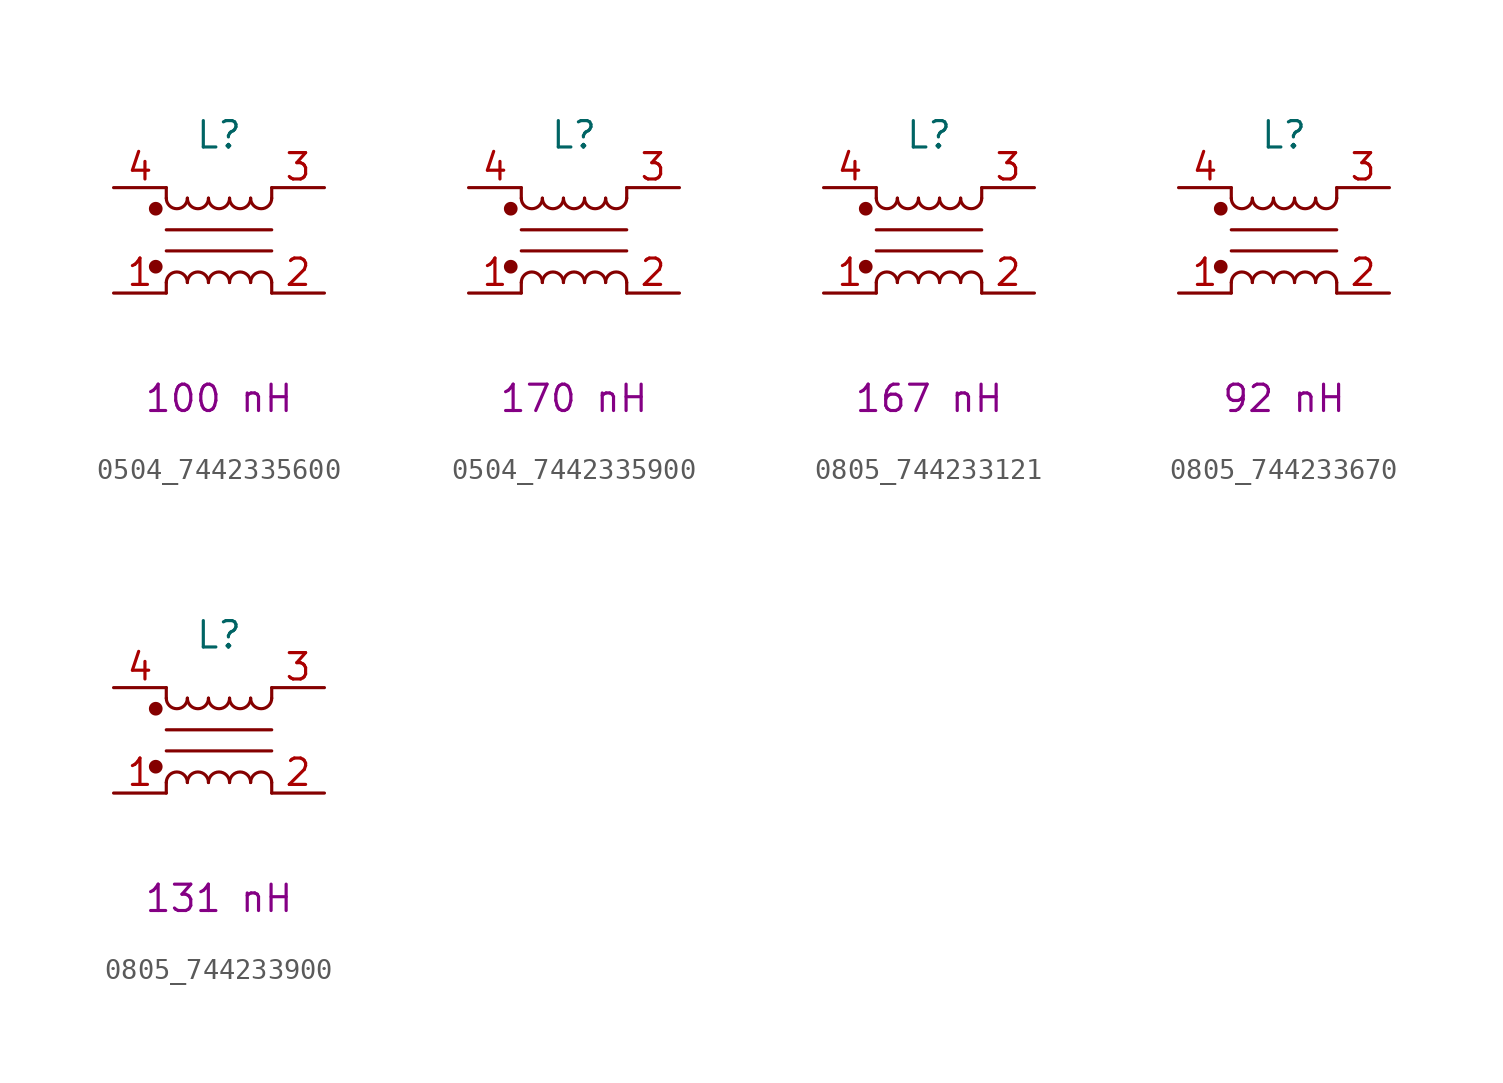
<source format=kicad_sym>
(kicad_symbol_lib
  (version 20220914)
  (generator kicad_symbol_editor)
  (symbol "0504_7442335600"
    (pin_names hide)
    (property "Reference" "L"
      (at 0 5.08 0)
      (effects (font (size 1.27 1.27))))
    (property "Critical Parameter" "100 nH"
      (at 0 -7.62 0)
      (effects (font (size 1.27 1.27))))
    (symbol "0504_7442335600_0_1"
      (circle (center -3.048 -1.27) (radius 0.254) (stroke (width 0) (type default)) (fill (type outline)))
      (circle (center -3.048 1.524) (radius 0.254) (stroke (width 0) (type default)) (fill (type outline)))
      (arc (start -2.54 2.032) (mid -2.032 1.5262) (end -1.524 2.032) (stroke (width 0) (type default)) (fill (type none)))
      (arc (start -1.524 -2.032) (mid -2.032 -1.5262) (end -2.54 -2.032) (stroke (width 0) (type default)) (fill (type none)))
      (arc (start -1.524 2.032) (mid -1.016 1.5262) (end -0.508 2.032) (stroke (width 0) (type default)) (fill (type none)))
      (arc (start -0.508 -2.032) (mid -1.016 -1.5262) (end -1.524 -2.032) (stroke (width 0) (type default)) (fill (type none)))
      (arc (start -0.508 2.032) (mid 0 1.5262) (end 0.508 2.032) (stroke (width 0) (type default)) (fill (type none)))
      (polyline (pts (xy -2.54 -2.032) (xy -2.54 -2.54)) (stroke (width 0) (type default)) (fill (type none)))
      (polyline (pts (xy -2.54 0.508) (xy 2.54 0.508)) (stroke (width 0) (type default)) (fill (type none)))
      (polyline (pts (xy -2.54 2.032) (xy -2.54 2.54)) (stroke (width 0) (type default)) (fill (type none)))
      (polyline (pts (xy 2.54 -2.032) (xy 2.54 -2.54)) (stroke (width 0) (type default)) (fill (type none)))
      (polyline (pts (xy 2.54 -0.508) (xy -2.54 -0.508)) (stroke (width 0) (type default)) (fill (type none)))
      (polyline (pts (xy 2.54 2.54) (xy 2.54 2.032)) (stroke (width 0) (type default)) (fill (type none)))
      (arc (start 0.508 -2.032) (mid 0 -1.5262) (end -0.508 -2.032) (stroke (width 0) (type default)) (fill (type none)))
      (arc (start 0.508 2.032) (mid 1.016 1.5262) (end 1.524 2.032) (stroke (width 0) (type default)) (fill (type none)))
      (arc (start 1.524 -2.032) (mid 1.016 -1.5262) (end 0.508 -2.032) (stroke (width 0) (type default)) (fill (type none)))
      (arc (start 1.524 2.032) (mid 2.032 1.5262) (end 2.54 2.032) (stroke (width 0) (type default)) (fill (type none)))
      (arc (start 2.54 -2.032) (mid 2.032 -1.5262) (end 1.524 -2.032) (stroke (width 0) (type default)) (fill (type none))))
    (symbol "0504_7442335600_1_1"
      (pin passive line (at -5.08 -2.54 0) (length 2.54) (name "1" (effects (font (size 1.27 1.27)))) (number "1" (effects (font (size 1.27 1.27)))))
      (pin passive line (at 5.08 -2.54 180) (length 2.54) (name "2" (effects (font (size 1.27 1.27)))) (number "2" (effects (font (size 1.27 1.27)))))
      (pin passive line (at 5.08 2.54 180) (length 2.54) (name "3" (effects (font (size 1.27 1.27)))) (number "3" (effects (font (size 1.27 1.27)))))
      (pin passive line (at -5.08 2.54 0) (length 2.54) (name "4" (effects (font (size 1.27 1.27)))) (number "4" (effects (font (size 1.27 1.27)))))))
  (symbol "0504_7442335900"
    (pin_names hide)
    (property "Reference" "L"
      (at 0 5.08 0)
      (effects (font (size 1.27 1.27))))
    (property "Critical Parameter" "170 nH"
      (at 0 -7.62 0)
      (effects (font (size 1.27 1.27))))
    (symbol "0504_7442335900_0_1"
      (circle (center -3.048 -1.27) (radius 0.254) (stroke (width 0) (type default)) (fill (type outline)))
      (circle (center -3.048 1.524) (radius 0.254) (stroke (width 0) (type default)) (fill (type outline)))
      (arc (start -2.54 2.032) (mid -2.032 1.5262) (end -1.524 2.032) (stroke (width 0) (type default)) (fill (type none)))
      (arc (start -1.524 -2.032) (mid -2.032 -1.5262) (end -2.54 -2.032) (stroke (width 0) (type default)) (fill (type none)))
      (arc (start -1.524 2.032) (mid -1.016 1.5262) (end -0.508 2.032) (stroke (width 0) (type default)) (fill (type none)))
      (arc (start -0.508 -2.032) (mid -1.016 -1.5262) (end -1.524 -2.032) (stroke (width 0) (type default)) (fill (type none)))
      (arc (start -0.508 2.032) (mid 0 1.5262) (end 0.508 2.032) (stroke (width 0) (type default)) (fill (type none)))
      (polyline (pts (xy -2.54 -2.032) (xy -2.54 -2.54)) (stroke (width 0) (type default)) (fill (type none)))
      (polyline (pts (xy -2.54 0.508) (xy 2.54 0.508)) (stroke (width 0) (type default)) (fill (type none)))
      (polyline (pts (xy -2.54 2.032) (xy -2.54 2.54)) (stroke (width 0) (type default)) (fill (type none)))
      (polyline (pts (xy 2.54 -2.032) (xy 2.54 -2.54)) (stroke (width 0) (type default)) (fill (type none)))
      (polyline (pts (xy 2.54 -0.508) (xy -2.54 -0.508)) (stroke (width 0) (type default)) (fill (type none)))
      (polyline (pts (xy 2.54 2.54) (xy 2.54 2.032)) (stroke (width 0) (type default)) (fill (type none)))
      (arc (start 0.508 -2.032) (mid 0 -1.5262) (end -0.508 -2.032) (stroke (width 0) (type default)) (fill (type none)))
      (arc (start 0.508 2.032) (mid 1.016 1.5262) (end 1.524 2.032) (stroke (width 0) (type default)) (fill (type none)))
      (arc (start 1.524 -2.032) (mid 1.016 -1.5262) (end 0.508 -2.032) (stroke (width 0) (type default)) (fill (type none)))
      (arc (start 1.524 2.032) (mid 2.032 1.5262) (end 2.54 2.032) (stroke (width 0) (type default)) (fill (type none)))
      (arc (start 2.54 -2.032) (mid 2.032 -1.5262) (end 1.524 -2.032) (stroke (width 0) (type default)) (fill (type none))))
    (symbol "0504_7442335900_1_1"
      (pin passive line (at -5.08 -2.54 0) (length 2.54) (name "1" (effects (font (size 1.27 1.27)))) (number "1" (effects (font (size 1.27 1.27)))))
      (pin passive line (at 5.08 -2.54 180) (length 2.54) (name "2" (effects (font (size 1.27 1.27)))) (number "2" (effects (font (size 1.27 1.27)))))
      (pin passive line (at 5.08 2.54 180) (length 2.54) (name "3" (effects (font (size 1.27 1.27)))) (number "3" (effects (font (size 1.27 1.27)))))
      (pin passive line (at -5.08 2.54 0) (length 2.54) (name "4" (effects (font (size 1.27 1.27)))) (number "4" (effects (font (size 1.27 1.27)))))))
  (symbol "0805_744233121"
    (pin_names hide)
    (property "Reference" "L"
      (at 0 5.08 0)
      (effects (font (size 1.27 1.27))))
    (property "Critical Parameter" "167 nH"
      (at 0 -7.62 0)
      (effects (font (size 1.27 1.27))))
    (symbol "0805_744233121_0_1"
      (circle (center -3.048 -1.27) (radius 0.254) (stroke (width 0) (type default)) (fill (type outline)))
      (circle (center -3.048 1.524) (radius 0.254) (stroke (width 0) (type default)) (fill (type outline)))
      (arc (start -2.54 2.032) (mid -2.032 1.5262) (end -1.524 2.032) (stroke (width 0) (type default)) (fill (type none)))
      (arc (start -1.524 -2.032) (mid -2.032 -1.5262) (end -2.54 -2.032) (stroke (width 0) (type default)) (fill (type none)))
      (arc (start -1.524 2.032) (mid -1.016 1.5262) (end -0.508 2.032) (stroke (width 0) (type default)) (fill (type none)))
      (arc (start -0.508 -2.032) (mid -1.016 -1.5262) (end -1.524 -2.032) (stroke (width 0) (type default)) (fill (type none)))
      (arc (start -0.508 2.032) (mid 0 1.5262) (end 0.508 2.032) (stroke (width 0) (type default)) (fill (type none)))
      (polyline (pts (xy -2.54 -2.032) (xy -2.54 -2.54)) (stroke (width 0) (type default)) (fill (type none)))
      (polyline (pts (xy -2.54 0.508) (xy 2.54 0.508)) (stroke (width 0) (type default)) (fill (type none)))
      (polyline (pts (xy -2.54 2.032) (xy -2.54 2.54)) (stroke (width 0) (type default)) (fill (type none)))
      (polyline (pts (xy 2.54 -2.032) (xy 2.54 -2.54)) (stroke (width 0) (type default)) (fill (type none)))
      (polyline (pts (xy 2.54 -0.508) (xy -2.54 -0.508)) (stroke (width 0) (type default)) (fill (type none)))
      (polyline (pts (xy 2.54 2.54) (xy 2.54 2.032)) (stroke (width 0) (type default)) (fill (type none)))
      (arc (start 0.508 -2.032) (mid 0 -1.5262) (end -0.508 -2.032) (stroke (width 0) (type default)) (fill (type none)))
      (arc (start 0.508 2.032) (mid 1.016 1.5262) (end 1.524 2.032) (stroke (width 0) (type default)) (fill (type none)))
      (arc (start 1.524 -2.032) (mid 1.016 -1.5262) (end 0.508 -2.032) (stroke (width 0) (type default)) (fill (type none)))
      (arc (start 1.524 2.032) (mid 2.032 1.5262) (end 2.54 2.032) (stroke (width 0) (type default)) (fill (type none)))
      (arc (start 2.54 -2.032) (mid 2.032 -1.5262) (end 1.524 -2.032) (stroke (width 0) (type default)) (fill (type none))))
    (symbol "0805_744233121_1_1"
      (pin passive line (at -5.08 -2.54 0) (length 2.54) (name "1" (effects (font (size 1.27 1.27)))) (number "1" (effects (font (size 1.27 1.27)))))
      (pin passive line (at 5.08 -2.54 180) (length 2.54) (name "2" (effects (font (size 1.27 1.27)))) (number "2" (effects (font (size 1.27 1.27)))))
      (pin passive line (at 5.08 2.54 180) (length 2.54) (name "3" (effects (font (size 1.27 1.27)))) (number "3" (effects (font (size 1.27 1.27)))))
      (pin passive line (at -5.08 2.54 0) (length 2.54) (name "4" (effects (font (size 1.27 1.27)))) (number "4" (effects (font (size 1.27 1.27)))))))
  (symbol "0805_744233670"
    (pin_names hide)
    (property "Reference" "L"
      (at 0 5.08 0)
      (effects (font (size 1.27 1.27))))
    (property "Critical Parameter" "92 nH"
      (at 0 -7.62 0)
      (effects (font (size 1.27 1.27))))
    (symbol "0805_744233670_0_1"
      (circle (center -3.048 -1.27) (radius 0.254) (stroke (width 0) (type default)) (fill (type outline)))
      (circle (center -3.048 1.524) (radius 0.254) (stroke (width 0) (type default)) (fill (type outline)))
      (arc (start -2.54 2.032) (mid -2.032 1.5262) (end -1.524 2.032) (stroke (width 0) (type default)) (fill (type none)))
      (arc (start -1.524 -2.032) (mid -2.032 -1.5262) (end -2.54 -2.032) (stroke (width 0) (type default)) (fill (type none)))
      (arc (start -1.524 2.032) (mid -1.016 1.5262) (end -0.508 2.032) (stroke (width 0) (type default)) (fill (type none)))
      (arc (start -0.508 -2.032) (mid -1.016 -1.5262) (end -1.524 -2.032) (stroke (width 0) (type default)) (fill (type none)))
      (arc (start -0.508 2.032) (mid 0 1.5262) (end 0.508 2.032) (stroke (width 0) (type default)) (fill (type none)))
      (polyline (pts (xy -2.54 -2.032) (xy -2.54 -2.54)) (stroke (width 0) (type default)) (fill (type none)))
      (polyline (pts (xy -2.54 0.508) (xy 2.54 0.508)) (stroke (width 0) (type default)) (fill (type none)))
      (polyline (pts (xy -2.54 2.032) (xy -2.54 2.54)) (stroke (width 0) (type default)) (fill (type none)))
      (polyline (pts (xy 2.54 -2.032) (xy 2.54 -2.54)) (stroke (width 0) (type default)) (fill (type none)))
      (polyline (pts (xy 2.54 -0.508) (xy -2.54 -0.508)) (stroke (width 0) (type default)) (fill (type none)))
      (polyline (pts (xy 2.54 2.54) (xy 2.54 2.032)) (stroke (width 0) (type default)) (fill (type none)))
      (arc (start 0.508 -2.032) (mid 0 -1.5262) (end -0.508 -2.032) (stroke (width 0) (type default)) (fill (type none)))
      (arc (start 0.508 2.032) (mid 1.016 1.5262) (end 1.524 2.032) (stroke (width 0) (type default)) (fill (type none)))
      (arc (start 1.524 -2.032) (mid 1.016 -1.5262) (end 0.508 -2.032) (stroke (width 0) (type default)) (fill (type none)))
      (arc (start 1.524 2.032) (mid 2.032 1.5262) (end 2.54 2.032) (stroke (width 0) (type default)) (fill (type none)))
      (arc (start 2.54 -2.032) (mid 2.032 -1.5262) (end 1.524 -2.032) (stroke (width 0) (type default)) (fill (type none))))
    (symbol "0805_744233670_1_1"
      (pin passive line (at -5.08 -2.54 0) (length 2.54) (name "1" (effects (font (size 1.27 1.27)))) (number "1" (effects (font (size 1.27 1.27)))))
      (pin passive line (at 5.08 -2.54 180) (length 2.54) (name "2" (effects (font (size 1.27 1.27)))) (number "2" (effects (font (size 1.27 1.27)))))
      (pin passive line (at 5.08 2.54 180) (length 2.54) (name "3" (effects (font (size 1.27 1.27)))) (number "3" (effects (font (size 1.27 1.27)))))
      (pin passive line (at -5.08 2.54 0) (length 2.54) (name "4" (effects (font (size 1.27 1.27)))) (number "4" (effects (font (size 1.27 1.27)))))))
  (symbol "0805_744233900"
    (pin_names hide)
    (property "Reference" "L"
      (at 0 5.08 0)
      (effects (font (size 1.27 1.27))))
    (property "Critical Parameter" "131 nH"
      (at 0 -7.62 0)
      (effects (font (size 1.27 1.27))))
    (symbol "0805_744233900_0_1"
      (circle (center -3.048 -1.27) (radius 0.254) (stroke (width 0) (type default)) (fill (type outline)))
      (circle (center -3.048 1.524) (radius 0.254) (stroke (width 0) (type default)) (fill (type outline)))
      (arc (start -2.54 2.032) (mid -2.032 1.5262) (end -1.524 2.032) (stroke (width 0) (type default)) (fill (type none)))
      (arc (start -1.524 -2.032) (mid -2.032 -1.5262) (end -2.54 -2.032) (stroke (width 0) (type default)) (fill (type none)))
      (arc (start -1.524 2.032) (mid -1.016 1.5262) (end -0.508 2.032) (stroke (width 0) (type default)) (fill (type none)))
      (arc (start -0.508 -2.032) (mid -1.016 -1.5262) (end -1.524 -2.032) (stroke (width 0) (type default)) (fill (type none)))
      (arc (start -0.508 2.032) (mid 0 1.5262) (end 0.508 2.032) (stroke (width 0) (type default)) (fill (type none)))
      (polyline (pts (xy -2.54 -2.032) (xy -2.54 -2.54)) (stroke (width 0) (type default)) (fill (type none)))
      (polyline (pts (xy -2.54 0.508) (xy 2.54 0.508)) (stroke (width 0) (type default)) (fill (type none)))
      (polyline (pts (xy -2.54 2.032) (xy -2.54 2.54)) (stroke (width 0) (type default)) (fill (type none)))
      (polyline (pts (xy 2.54 -2.032) (xy 2.54 -2.54)) (stroke (width 0) (type default)) (fill (type none)))
      (polyline (pts (xy 2.54 -0.508) (xy -2.54 -0.508)) (stroke (width 0) (type default)) (fill (type none)))
      (polyline (pts (xy 2.54 2.54) (xy 2.54 2.032)) (stroke (width 0) (type default)) (fill (type none)))
      (arc (start 0.508 -2.032) (mid 0 -1.5262) (end -0.508 -2.032) (stroke (width 0) (type default)) (fill (type none)))
      (arc (start 0.508 2.032) (mid 1.016 1.5262) (end 1.524 2.032) (stroke (width 0) (type default)) (fill (type none)))
      (arc (start 1.524 -2.032) (mid 1.016 -1.5262) (end 0.508 -2.032) (stroke (width 0) (type default)) (fill (type none)))
      (arc (start 1.524 2.032) (mid 2.032 1.5262) (end 2.54 2.032) (stroke (width 0) (type default)) (fill (type none)))
      (arc (start 2.54 -2.032) (mid 2.032 -1.5262) (end 1.524 -2.032) (stroke (width 0) (type default)) (fill (type none))))
    (symbol "0805_744233900_1_1"
      (pin passive line (at -5.08 -2.54 0) (length 2.54) (name "1" (effects (font (size 1.27 1.27)))) (number "1" (effects (font (size 1.27 1.27)))))
      (pin passive line (at 5.08 -2.54 180) (length 2.54) (name "2" (effects (font (size 1.27 1.27)))) (number "2" (effects (font (size 1.27 1.27)))))
      (pin passive line (at 5.08 2.54 180) (length 2.54) (name "3" (effects (font (size 1.27 1.27)))) (number "3" (effects (font (size 1.27 1.27)))))
      (pin passive line (at -5.08 2.54 0) (length 2.54) (name "4" (effects (font (size 1.27 1.27)))) (number "4" (effects (font (size 1.27 1.27))))))))
</source>
